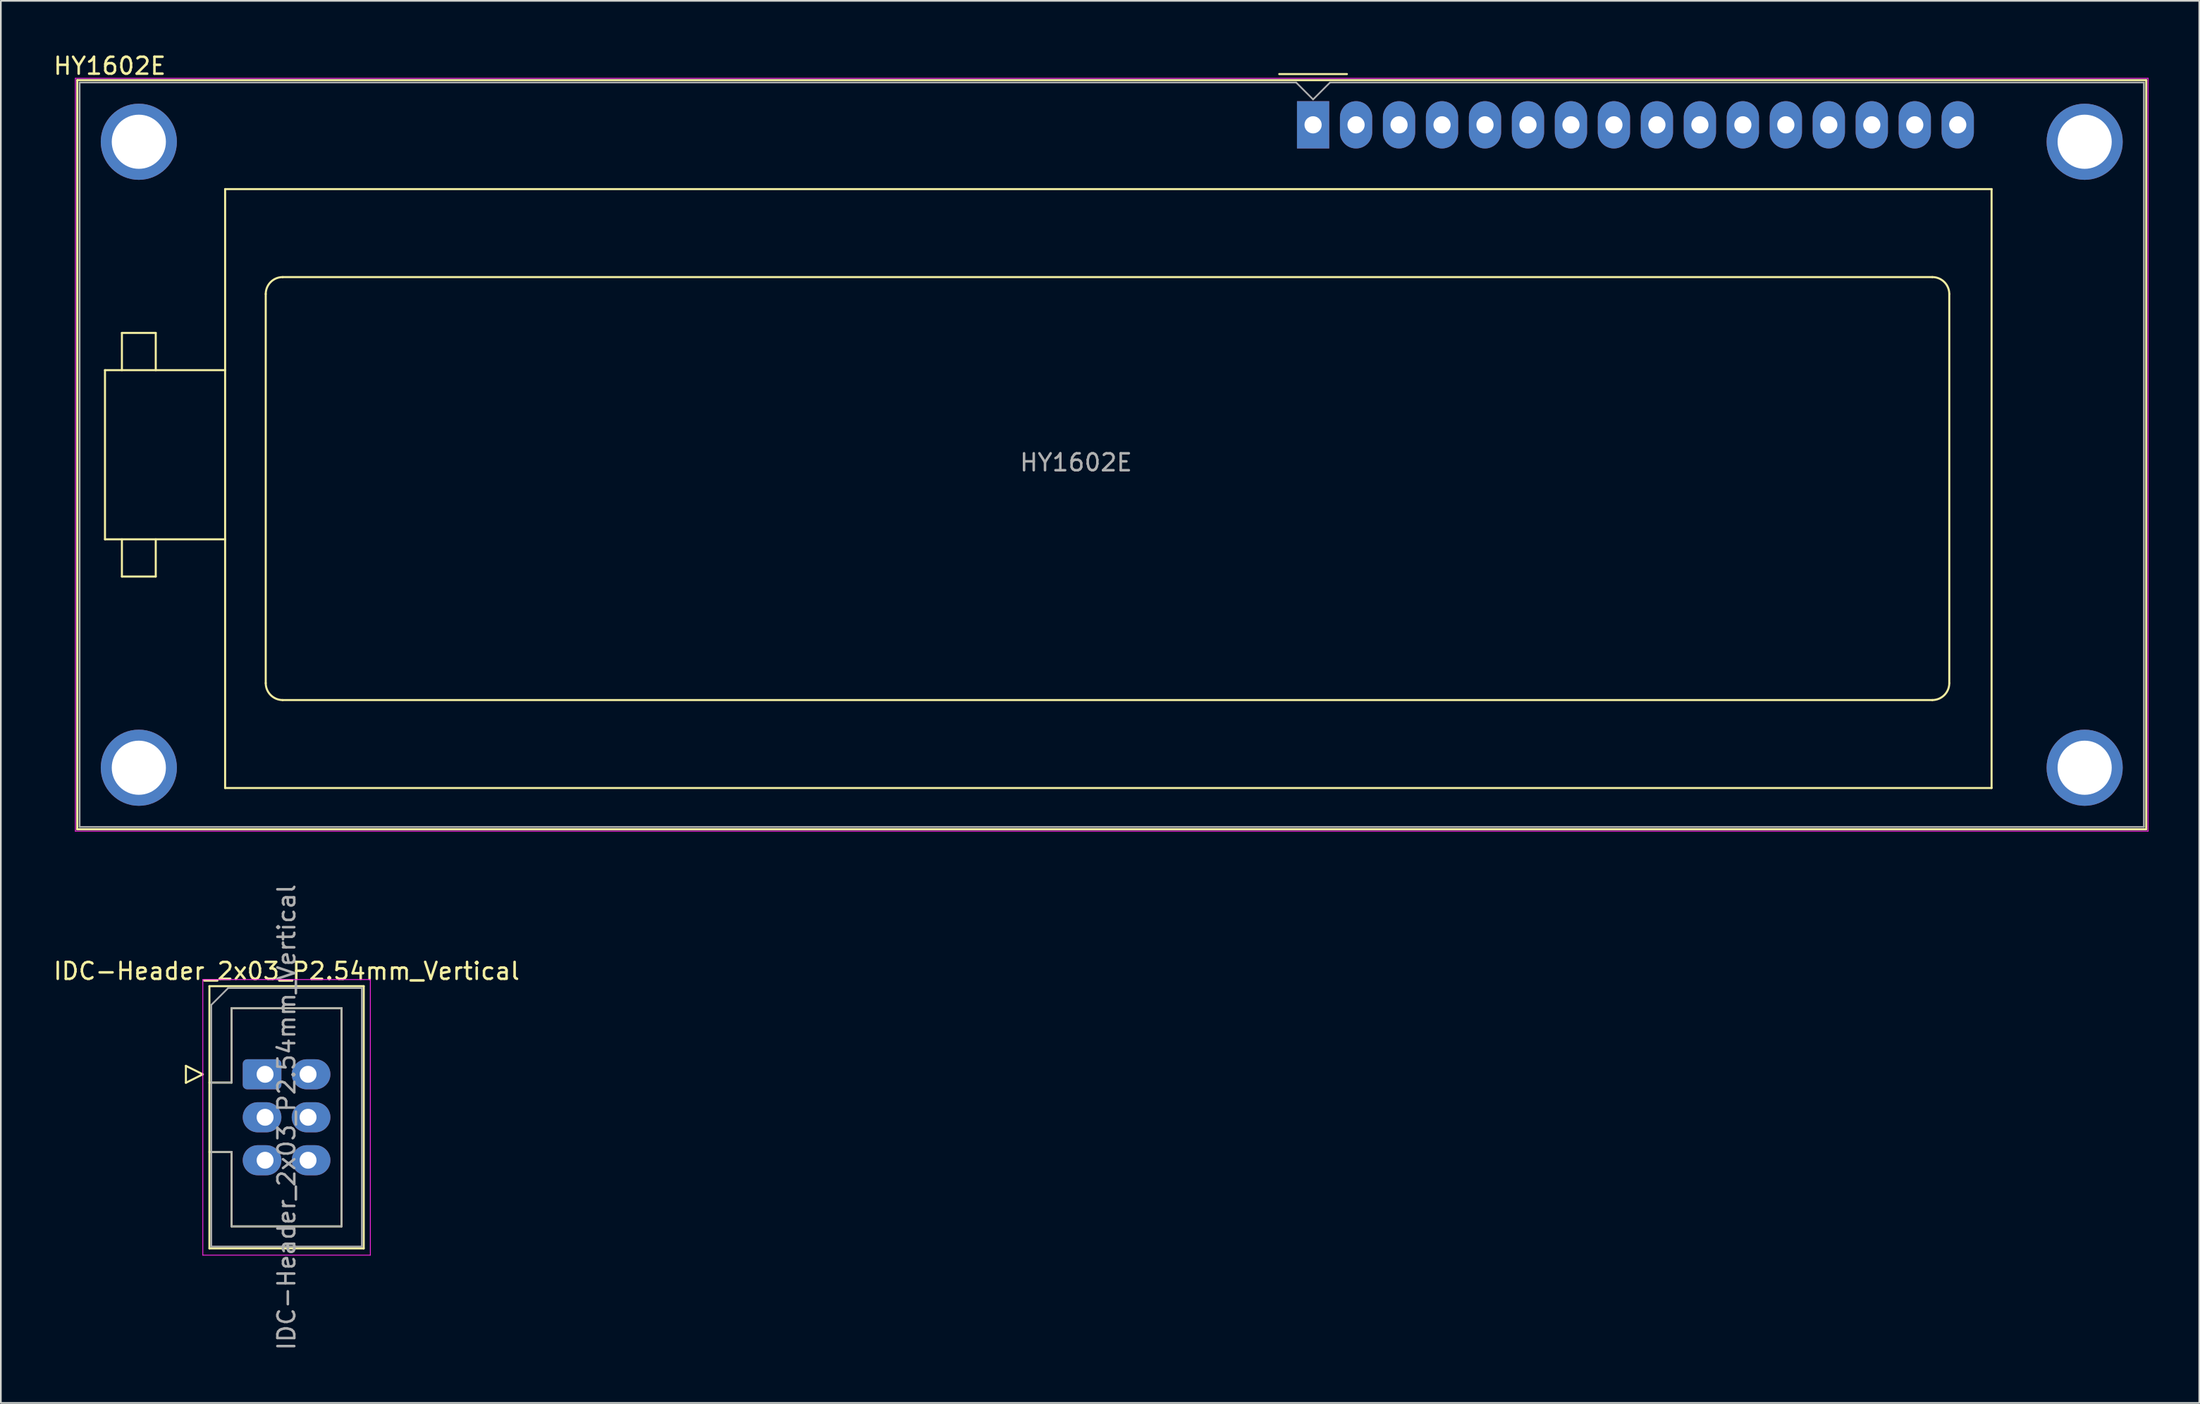
<source format=kicad_pcb>
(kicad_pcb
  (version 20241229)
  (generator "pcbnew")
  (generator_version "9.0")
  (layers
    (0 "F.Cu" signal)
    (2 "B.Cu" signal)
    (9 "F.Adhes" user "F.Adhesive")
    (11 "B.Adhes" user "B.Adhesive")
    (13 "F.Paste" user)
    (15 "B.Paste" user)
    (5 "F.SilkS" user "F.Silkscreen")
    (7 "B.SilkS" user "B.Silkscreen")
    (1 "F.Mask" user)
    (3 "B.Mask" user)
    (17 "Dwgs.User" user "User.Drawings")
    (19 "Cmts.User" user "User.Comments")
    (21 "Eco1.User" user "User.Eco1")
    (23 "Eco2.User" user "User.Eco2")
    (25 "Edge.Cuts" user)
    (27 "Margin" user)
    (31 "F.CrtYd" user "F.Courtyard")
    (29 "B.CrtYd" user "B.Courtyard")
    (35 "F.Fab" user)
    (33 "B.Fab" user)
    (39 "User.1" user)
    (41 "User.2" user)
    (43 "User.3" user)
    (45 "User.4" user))
  (footprint "IDC-Header_2x03_P2.54mm_Vertical"
    (layer "F.Cu")
    (at 12.617 60.45)
    (property "Reference" "IDC-Header_2x03_P2.54mm_Vertical" (at 1.27 -6.1 0) (layer "F.SilkS") (effects (font (size 1 1) (thickness 0.15))))
    (attr through_hole)
    (fp_line (start -4.68 -0.5) (end -4.68 0.5) (stroke (width 0.12) (type solid)) (layer "F.SilkS"))
    (fp_line (start -4.68 0.5) (end -3.68 0) (stroke (width 0.12) (type solid)) (layer "F.SilkS"))
    (fp_line (start -3.68 0) (end -4.68 -0.5) (stroke (width 0.12) (type solid)) (layer "F.SilkS"))
    (fp_line (start -3.29 -5.21) (end 5.83 -5.21) (stroke (width 0.12) (type solid)) (layer "F.SilkS"))
    (fp_line (start -3.29 0.49) (end -1.98 0.49) (stroke (width 0.12) (type solid)) (layer "F.SilkS"))
    (fp_line (start -3.29 10.29) (end -3.29 -5.21) (stroke (width 0.12) (type solid)) (layer "F.SilkS"))
    (fp_line (start -1.98 -3.91) (end 4.52 -3.91) (stroke (width 0.12) (type solid)) (layer "F.SilkS"))
    (fp_line (start -1.98 0.49) (end -1.98 -3.91) (stroke (width 0.12) (type solid)) (layer "F.SilkS"))
    (fp_line (start -1.98 4.59) (end -3.29 4.59) (stroke (width 0.12) (type solid)) (layer "F.SilkS"))
    (fp_line (start -1.98 4.59) (end -1.98 4.59) (stroke (width 0.12) (type solid)) (layer "F.SilkS"))
    (fp_line (start -1.98 8.99) (end -1.98 4.59) (stroke (width 0.12) (type solid)) (layer "F.SilkS"))
    (fp_line (start 4.52 -3.91) (end 4.52 8.99) (stroke (width 0.12) (type solid)) (layer "F.SilkS"))
    (fp_line (start 4.52 8.99) (end -1.98 8.99) (stroke (width 0.12) (type solid)) (layer "F.SilkS"))
    (fp_line (start 5.83 -5.21) (end 5.83 10.29) (stroke (width 0.12) (type solid)) (layer "F.SilkS"))
    (fp_line (start 5.83 10.29) (end -3.29 10.29) (stroke (width 0.12) (type solid)) (layer "F.SilkS"))
    (fp_line (start -3.68 -5.6) (end -3.68 10.69) (stroke (width 0.05) (type solid)) (layer "F.CrtYd"))
    (fp_line (start -3.68 10.69) (end 6.22 10.69) (stroke (width 0.05) (type solid)) (layer "F.CrtYd"))
    (fp_line (start 6.22 -5.6) (end -3.68 -5.6) (stroke (width 0.05) (type solid)) (layer "F.CrtYd"))
    (fp_line (start 6.22 10.69) (end 6.22 -5.6) (stroke (width 0.05) (type solid)) (layer "F.CrtYd"))
    (fp_line (start -3.18 -4.1) (end -2.18 -5.1) (stroke (width 0.1) (type solid)) (layer "F.Fab"))
    (fp_line (start -3.18 0.49) (end -1.98 0.49) (stroke (width 0.1) (type solid)) (layer "F.Fab"))
    (fp_line (start -3.18 10.18) (end -3.18 -4.1) (stroke (width 0.1) (type solid)) (layer "F.Fab"))
    (fp_line (start -2.18 -5.1) (end 5.72 -5.1) (stroke (width 0.1) (type solid)) (layer "F.Fab"))
    (fp_line (start -1.98 -3.91) (end 4.52 -3.91) (stroke (width 0.1) (type solid)) (layer "F.Fab"))
    (fp_line (start -1.98 0.49) (end -1.98 -3.91) (stroke (width 0.1) (type solid)) (layer "F.Fab"))
    (fp_line (start -1.98 4.59) (end -3.18 4.59) (stroke (width 0.1) (type solid)) (layer "F.Fab"))
    (fp_line (start -1.98 4.59) (end -1.98 4.59) (stroke (width 0.1) (type solid)) (layer "F.Fab"))
    (fp_line (start -1.98 8.99) (end -1.98 4.59) (stroke (width 0.1) (type solid)) (layer "F.Fab"))
    (fp_line (start 4.52 -3.91) (end 4.52 8.99) (stroke (width 0.1) (type solid)) (layer "F.Fab"))
    (fp_line (start 4.52 8.99) (end -1.98 8.99) (stroke (width 0.1) (type solid)) (layer "F.Fab"))
    (fp_line (start 5.72 -5.1) (end 5.72 10.18) (stroke (width 0.1) (type solid)) (layer "F.Fab"))
    (fp_line (start 5.72 10.18) (end -3.18 10.18) (stroke (width 0.1) (type solid)) (layer "F.Fab"))
    (fp_text user "${REFERENCE}" (at 1.27 2.54 90) (layer "F.Fab") (effects (font (size 1 1) (thickness 0.15))))
    (pad "1" thru_hole roundrect (at 0 0) (size 2.286 1.778) (drill 1 (offset -0.178 0)) (layers "*.Cu" "*.Mask") (roundrect_rratio 0.147))
    (pad "2" thru_hole oval (at 2.54 0) (size 2.286 1.778) (drill 1 (offset 0.178 0)) (layers "*.Cu" "*.Mask"))
    (pad "3" thru_hole oval (at 0 2.54) (size 2.286 1.778) (drill 1 (offset -0.178 0)) (layers "*.Cu" "*.Mask"))
    (pad "4" thru_hole oval (at 2.54 2.54) (size 2.286 1.778) (drill 1 (offset 0.178 0)) (layers "*.Cu" "*.Mask"))
    (pad "5" thru_hole oval (at 0 5.08) (size 2.286 1.778) (drill 1 (offset -0.178 0)) (layers "*.Cu" "*.Mask"))
    (pad "6" thru_hole oval (at 2.54 5.08) (size 2.286 1.778) (drill 1 (offset 0.178 0)) (layers "*.Cu" "*.Mask")))
  (footprint "HY1602E"
    (layer "F.Cu")
    (at 74.555 4.328)
    (property "Reference" "HY1602E" (at -71.12 -3.48 0) (layer "F.SilkS") (effects (font (size 1 1) (thickness 0.15))))
    (attr through_hole)
    (fp_line (start -73.04 -2.64) (end -73.04 41.64) (stroke (width 0.12) (type solid)) (layer "F.SilkS"))
    (fp_line (start -73.04 -2.64) (end 49.24 -2.64) (stroke (width 0.12) (type solid)) (layer "F.SilkS"))
    (fp_line (start -71.4 14.5) (end -64.3 14.5) (stroke (width 0.12) (type solid)) (layer "F.SilkS"))
    (fp_line (start -71.4 24.5) (end -71.4 14.5) (stroke (width 0.12) (type solid)) (layer "F.SilkS"))
    (fp_line (start -70.4 12.3) (end -70.4 14.5) (stroke (width 0.12) (type solid)) (layer "F.SilkS"))
    (fp_line (start -70.4 26.7) (end -70.4 24.5) (stroke (width 0.12) (type solid)) (layer "F.SilkS"))
    (fp_line (start -68.4 12.3) (end -70.4 12.3) (stroke (width 0.12) (type solid)) (layer "F.SilkS"))
    (fp_line (start -68.4 14.5) (end -68.4 12.3) (stroke (width 0.12) (type solid)) (layer "F.SilkS"))
    (fp_line (start -68.4 24.5) (end -68.4 26.7) (stroke (width 0.12) (type solid)) (layer "F.SilkS"))
    (fp_line (start -68.4 26.7) (end -70.4 26.7) (stroke (width 0.12) (type solid)) (layer "F.SilkS"))
    (fp_line (start -64.3 3.8) (end 40.1 3.8) (stroke (width 0.12) (type solid)) (layer "F.SilkS"))
    (fp_line (start -64.3 24.5) (end -71.4 24.5) (stroke (width 0.12) (type solid)) (layer "F.SilkS"))
    (fp_line (start -64.3 39.2) (end -64.3 3.8) (stroke (width 0.12) (type solid)) (layer "F.SilkS"))
    (fp_line (start -61.9 33) (end -61.9 10) (stroke (width 0.12) (type solid)) (layer "F.SilkS"))
    (fp_line (start -60.9 9) (end 36.6 9) (stroke (width 0.12) (type solid)) (layer "F.SilkS"))
    (fp_line (start -2 -3) (end 2 -3) (stroke (width 0.12) (type solid)) (layer "F.SilkS"))
    (fp_line (start 36.6 34) (end -60.9 34) (stroke (width 0.12) (type solid)) (layer "F.SilkS"))
    (fp_line (start 37.6 10) (end 37.6 33) (stroke (width 0.12) (type solid)) (layer "F.SilkS"))
    (fp_line (start 40.1 3.8) (end 40.1 39.2) (stroke (width 0.12) (type solid)) (layer "F.SilkS"))
    (fp_line (start 40.1 39.2) (end -64.3 39.2) (stroke (width 0.12) (type solid)) (layer "F.SilkS"))
    (fp_line (start 49.24 -2.64) (end 49.24 41.64) (stroke (width 0.12) (type solid)) (layer "F.SilkS"))
    (fp_line (start 49.24 41.64) (end -73.04 41.64) (stroke (width 0.12) (type solid)) (layer "F.SilkS"))
    (fp_arc (start -61.9 10) (mid -61.607107 9.292893) (end -60.9 9) (stroke (width 0.12) (type solid)) (layer "F.SilkS"))
    (fp_arc (start -60.9 34) (mid -61.607107 33.707107) (end -61.9 33) (stroke (width 0.12) (type solid)) (layer "F.SilkS"))
    (fp_arc (start 36.6 9) (mid 37.307107 9.292893) (end 37.6 10) (stroke (width 0.12) (type solid)) (layer "F.SilkS"))
    (fp_arc (start 37.6 33) (mid 37.307107 33.707107) (end 36.6 34) (stroke (width 0.12) (type solid)) (layer "F.SilkS"))
    (fp_line (start -73.15 -2.75) (end -73.15 41.75) (stroke (width 0.05) (type solid)) (layer "F.CrtYd"))
    (fp_line (start -73.15 -2.75) (end 49.35 -2.75) (stroke (width 0.05) (type solid)) (layer "F.CrtYd"))
    (fp_line (start -73.15 41.75) (end 49.35 41.75) (stroke (width 0.05) (type solid)) (layer "F.CrtYd"))
    (fp_line (start 49.35 -2.75) (end 49.35 41.75) (stroke (width 0.05) (type solid)) (layer "F.CrtYd"))
    (fp_line (start -72.9 -2.5) (end -72.9 41.5) (stroke (width 0.1) (type solid)) (layer "F.Fab"))
    (fp_line (start -72.9 41.5) (end 49.1 41.5) (stroke (width 0.1) (type solid)) (layer "F.Fab"))
    (fp_line (start -1 -2.5) (end -72.9 -2.5) (stroke (width 0.1) (type solid)) (layer "F.Fab"))
    (fp_line (start 0 -1.5) (end -1 -2.5) (stroke (width 0.1) (type solid)) (layer "F.Fab"))
    (fp_line (start 1 -2.5) (end 0 -1.5) (stroke (width 0.1) (type solid)) (layer "F.Fab"))
    (fp_line (start 49.1 -2.5) (end 1 -2.5) (stroke (width 0.1) (type solid)) (layer "F.Fab"))
    (fp_line (start 49.1 41.5) (end 49.1 -2.5) (stroke (width 0.1) (type solid)) (layer "F.Fab"))
    (fp_text user "${REFERENCE}" (at -14.01 19.96 0) (layer "F.Fab") (effects (font (size 1 1) (thickness 0.15))))
    (pad "" thru_hole circle (at -69.4 1.001) (size 4.5 4.5) (drill 3.2) (layers "*.Cu" "*.Mask"))
    (pad "" thru_hole circle (at -69.4 38.001) (size 4.5 4.5) (drill 3.2) (layers "*.Cu" "*.Mask"))
    (pad "" thru_hole circle (at 45.601 1.001) (size 4.5 4.5) (drill 3.2) (layers "*.Cu" "*.Mask"))
    (pad "" thru_hole circle (at 45.601 38.001) (size 4.5 4.5) (drill 3.2) (layers "*.Cu" "*.Mask"))
    (pad "1" thru_hole rect (at 0 0 180) (size 1.905 2.794) (drill 1.016) (layers "*.Cu" "*.Mask"))
    (pad "2" thru_hole oval (at 2.54 0 180) (size 1.905 2.794) (drill 1.016) (layers "*.Cu" "*.Mask"))
    (pad "3" thru_hole oval (at 5.08 0 180) (size 1.905 2.794) (drill 1.016) (layers "*.Cu" "*.Mask"))
    (pad "4" thru_hole oval (at 7.62 0 180) (size 1.905 2.794) (drill 1.016) (layers "*.Cu" "*.Mask"))
    (pad "5" thru_hole oval (at 10.16 0 180) (size 1.905 2.794) (drill 1.016) (layers "*.Cu" "*.Mask"))
    (pad "6" thru_hole oval (at 12.7 0 180) (size 1.905 2.794) (drill 1.016) (layers "*.Cu" "*.Mask"))
    (pad "7" thru_hole oval (at 15.24 0 180) (size 1.905 2.794) (drill 1.016) (layers "*.Cu" "*.Mask"))
    (pad "8" thru_hole oval (at 17.78 0 180) (size 1.905 2.794) (drill 1.016) (layers "*.Cu" "*.Mask"))
    (pad "9" thru_hole oval (at 20.32 0 180) (size 1.905 2.794) (drill 1.016) (layers "*.Cu" "*.Mask"))
    (pad "10" thru_hole oval (at 22.86 0 180) (size 1.905 2.794) (drill 1.016) (layers "*.Cu" "*.Mask"))
    (pad "11" thru_hole oval (at 25.4 0 180) (size 1.905 2.794) (drill 1.016) (layers "*.Cu" "*.Mask"))
    (pad "12" thru_hole oval (at 27.94 0 180) (size 1.905 2.794) (drill 1.016) (layers "*.Cu" "*.Mask"))
    (pad "13" thru_hole oval (at 30.48 0 180) (size 1.905 2.794) (drill 1.016) (layers "*.Cu" "*.Mask"))
    (pad "14" thru_hole oval (at 33.02 0 180) (size 1.905 2.794) (drill 1.016) (layers "*.Cu" "*.Mask"))
    (pad "15" thru_hole oval (at 35.56 0 180) (size 1.905 2.794) (drill 1.016) (layers "*.Cu" "*.Mask"))
    (pad "16" thru_hole oval (at 38.1 0 180) (size 1.905 2.794) (drill 1.016) (layers "*.Cu" "*.Mask")))
  (gr_rect
    (start -3 -3)
    (end 126.93 79.877)
    (stroke (width 0.1) (type default))
    (fill no)
    (layer "Edge.Cuts")))
</source>
